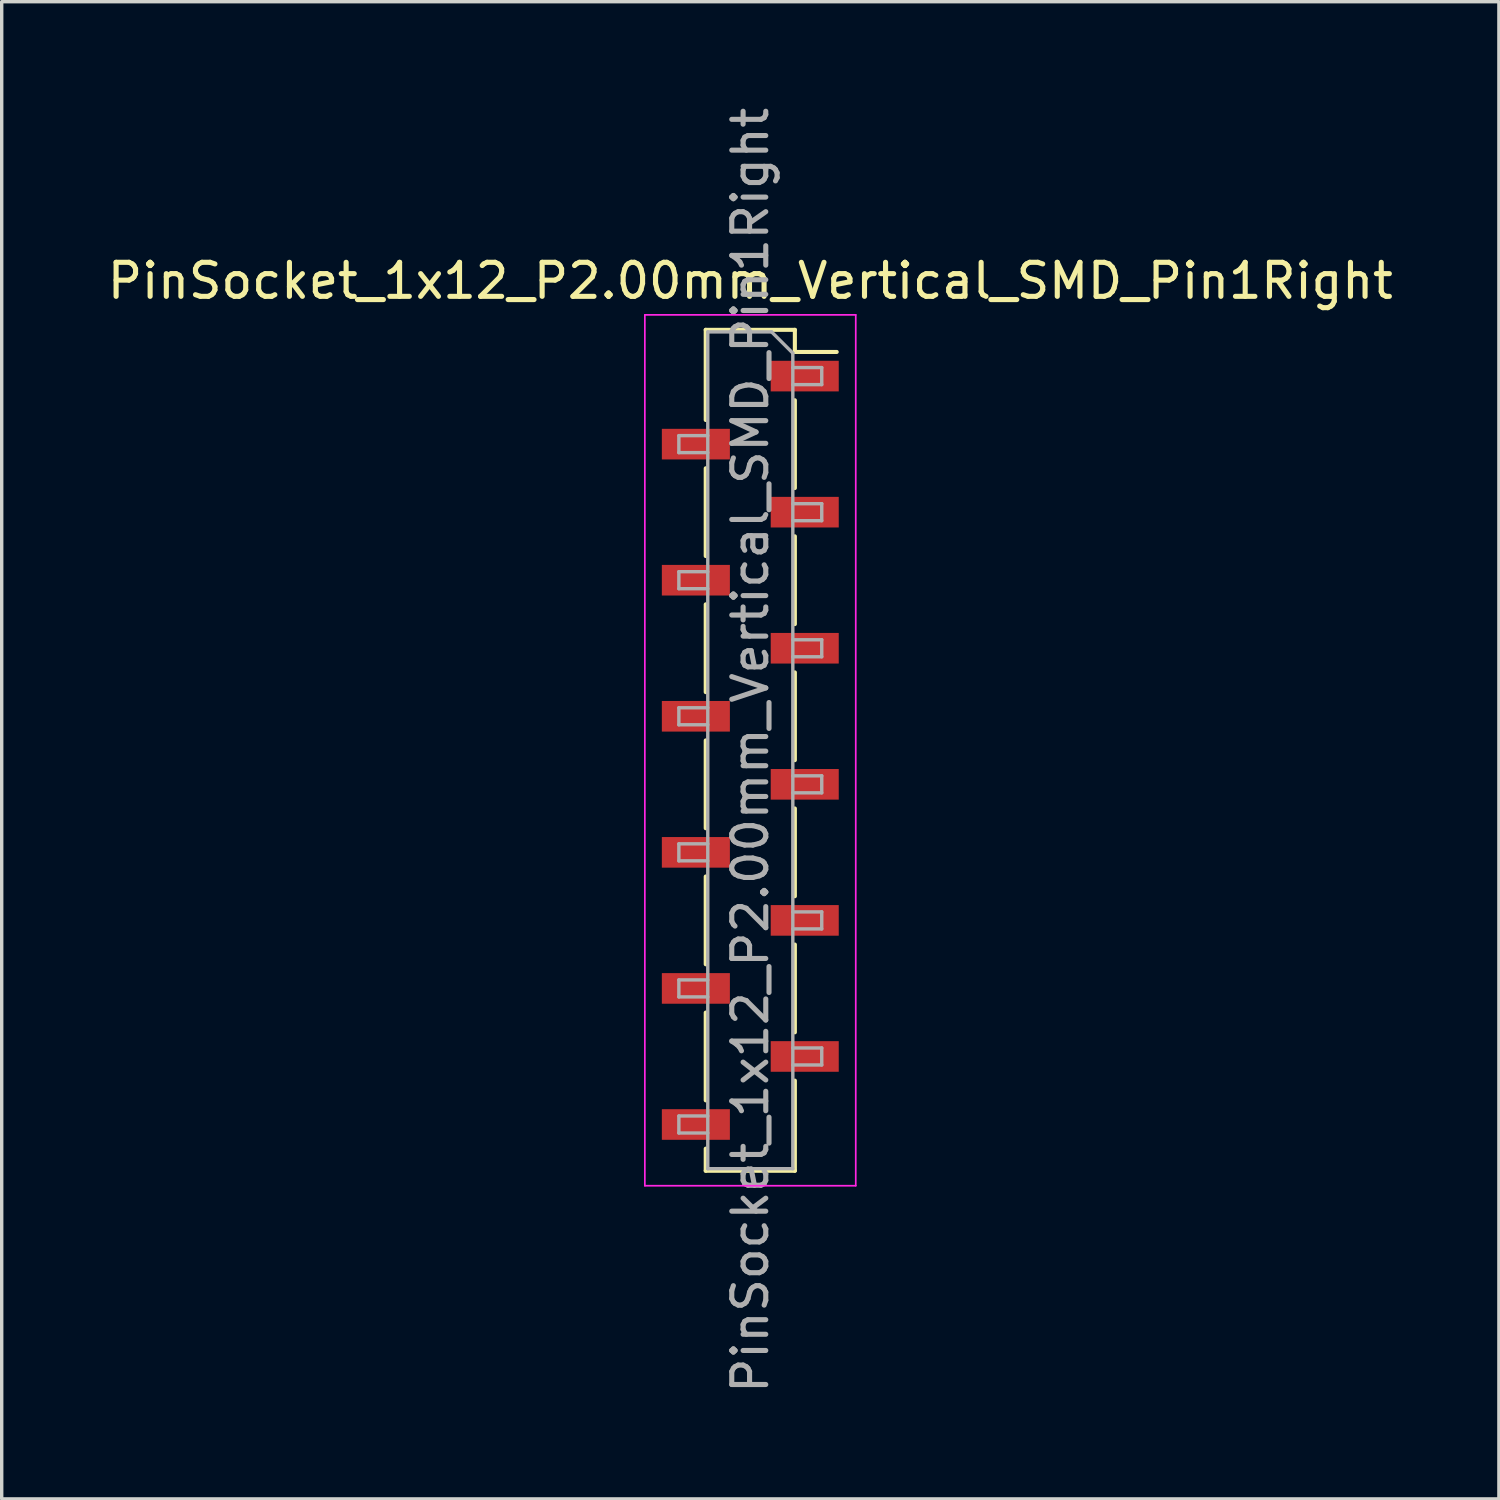
<source format=kicad_pcb>
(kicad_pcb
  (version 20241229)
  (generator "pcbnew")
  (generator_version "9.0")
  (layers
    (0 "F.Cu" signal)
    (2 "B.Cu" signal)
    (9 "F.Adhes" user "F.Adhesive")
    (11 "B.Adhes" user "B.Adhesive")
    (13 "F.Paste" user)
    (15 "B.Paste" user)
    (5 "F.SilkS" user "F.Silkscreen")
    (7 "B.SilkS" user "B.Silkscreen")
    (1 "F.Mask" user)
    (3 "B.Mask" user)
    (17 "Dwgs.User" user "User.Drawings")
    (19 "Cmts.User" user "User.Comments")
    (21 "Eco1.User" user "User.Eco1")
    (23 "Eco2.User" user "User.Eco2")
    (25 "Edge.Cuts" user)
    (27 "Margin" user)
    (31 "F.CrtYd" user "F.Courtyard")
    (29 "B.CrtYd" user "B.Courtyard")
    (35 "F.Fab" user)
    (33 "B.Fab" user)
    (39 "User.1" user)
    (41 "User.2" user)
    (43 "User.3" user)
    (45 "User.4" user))
  (footprint "PinSocket_1x12_P2.00mm_Vertical_SMD_Pin1Right"
    (layer "F.Cu")
    (at 19.006 19.006)
    (property "Reference" "PinSocket_1x12_P2.00mm_Vertical_SMD_Pin1Right" (at 0 -13.8 0) (layer "F.SilkS") (effects (font (size 1 1) (thickness 0.15))))
    (attr smd)
    (fp_line (start -1.31 -12.36) (end -1.31 -9.71) (stroke (width 0.12) (type solid)) (layer "F.SilkS"))
    (fp_line (start -1.31 -12.36) (end 1.31 -12.36) (stroke (width 0.12) (type solid)) (layer "F.SilkS"))
    (fp_line (start -1.31 -8.29) (end -1.31 -5.71) (stroke (width 0.12) (type solid)) (layer "F.SilkS"))
    (fp_line (start -1.31 -4.29) (end -1.31 -1.71) (stroke (width 0.12) (type solid)) (layer "F.SilkS"))
    (fp_line (start -1.31 -0.29) (end -1.31 2.29) (stroke (width 0.12) (type solid)) (layer "F.SilkS"))
    (fp_line (start -1.31 3.71) (end -1.31 6.29) (stroke (width 0.12) (type solid)) (layer "F.SilkS"))
    (fp_line (start -1.31 7.71) (end -1.31 10.29) (stroke (width 0.12) (type solid)) (layer "F.SilkS"))
    (fp_line (start -1.31 11.71) (end -1.31 12.36) (stroke (width 0.12) (type solid)) (layer "F.SilkS"))
    (fp_line (start -1.31 12.36) (end 1.31 12.36) (stroke (width 0.12) (type solid)) (layer "F.SilkS"))
    (fp_line (start 1.31 -12.36) (end 1.31 -11.71) (stroke (width 0.12) (type solid)) (layer "F.SilkS"))
    (fp_line (start 1.31 -11.71) (end 2.54 -11.71) (stroke (width 0.12) (type solid)) (layer "F.SilkS"))
    (fp_line (start 1.31 -10.29) (end 1.31 -7.71) (stroke (width 0.12) (type solid)) (layer "F.SilkS"))
    (fp_line (start 1.31 -6.29) (end 1.31 -3.71) (stroke (width 0.12) (type solid)) (layer "F.SilkS"))
    (fp_line (start 1.31 -2.29) (end 1.31 0.29) (stroke (width 0.12) (type solid)) (layer "F.SilkS"))
    (fp_line (start 1.31 1.71) (end 1.31 4.29) (stroke (width 0.12) (type solid)) (layer "F.SilkS"))
    (fp_line (start 1.31 5.71) (end 1.31 8.29) (stroke (width 0.12) (type solid)) (layer "F.SilkS"))
    (fp_line (start 1.31 9.71) (end 1.31 12.36) (stroke (width 0.12) (type solid)) (layer "F.SilkS"))
    (fp_line (start -3.1 -12.8) (end 3.1 -12.8) (stroke (width 0.05) (type solid)) (layer "F.CrtYd"))
    (fp_line (start -3.1 12.8) (end -3.1 -12.8) (stroke (width 0.05) (type solid)) (layer "F.CrtYd"))
    (fp_line (start 3.1 -12.8) (end 3.1 12.8) (stroke (width 0.05) (type solid)) (layer "F.CrtYd"))
    (fp_line (start 3.1 12.8) (end -3.1 12.8) (stroke (width 0.05) (type solid)) (layer "F.CrtYd"))
    (fp_line (start -2.1 -9.25) (end -1.25 -9.25) (stroke (width 0.1) (type solid)) (layer "F.Fab"))
    (fp_line (start -2.1 -8.75) (end -2.1 -9.25) (stroke (width 0.1) (type solid)) (layer "F.Fab"))
    (fp_line (start -2.1 -5.25) (end -1.25 -5.25) (stroke (width 0.1) (type solid)) (layer "F.Fab"))
    (fp_line (start -2.1 -4.75) (end -2.1 -5.25) (stroke (width 0.1) (type solid)) (layer "F.Fab"))
    (fp_line (start -2.1 -1.25) (end -1.25 -1.25) (stroke (width 0.1) (type solid)) (layer "F.Fab"))
    (fp_line (start -2.1 -0.75) (end -2.1 -1.25) (stroke (width 0.1) (type solid)) (layer "F.Fab"))
    (fp_line (start -2.1 2.75) (end -1.25 2.75) (stroke (width 0.1) (type solid)) (layer "F.Fab"))
    (fp_line (start -2.1 3.25) (end -2.1 2.75) (stroke (width 0.1) (type solid)) (layer "F.Fab"))
    (fp_line (start -2.1 6.75) (end -1.25 6.75) (stroke (width 0.1) (type solid)) (layer "F.Fab"))
    (fp_line (start -2.1 7.25) (end -2.1 6.75) (stroke (width 0.1) (type solid)) (layer "F.Fab"))
    (fp_line (start -2.1 10.75) (end -1.25 10.75) (stroke (width 0.1) (type solid)) (layer "F.Fab"))
    (fp_line (start -2.1 11.25) (end -2.1 10.75) (stroke (width 0.1) (type solid)) (layer "F.Fab"))
    (fp_line (start -1.25 -12.3) (end 0.625 -12.3) (stroke (width 0.1) (type solid)) (layer "F.Fab"))
    (fp_line (start -1.25 -8.75) (end -2.1 -8.75) (stroke (width 0.1) (type solid)) (layer "F.Fab"))
    (fp_line (start -1.25 -4.75) (end -2.1 -4.75) (stroke (width 0.1) (type solid)) (layer "F.Fab"))
    (fp_line (start -1.25 -0.75) (end -2.1 -0.75) (stroke (width 0.1) (type solid)) (layer "F.Fab"))
    (fp_line (start -1.25 3.25) (end -2.1 3.25) (stroke (width 0.1) (type solid)) (layer "F.Fab"))
    (fp_line (start -1.25 7.25) (end -2.1 7.25) (stroke (width 0.1) (type solid)) (layer "F.Fab"))
    (fp_line (start -1.25 11.25) (end -2.1 11.25) (stroke (width 0.1) (type solid)) (layer "F.Fab"))
    (fp_line (start -1.25 12.3) (end -1.25 -12.3) (stroke (width 0.1) (type solid)) (layer "F.Fab"))
    (fp_line (start 0.625 -12.3) (end 1.25 -11.675) (stroke (width 0.1) (type solid)) (layer "F.Fab"))
    (fp_line (start 1.25 -11.675) (end 1.25 12.3) (stroke (width 0.1) (type solid)) (layer "F.Fab"))
    (fp_line (start 1.25 -11.25) (end 2.1 -11.25) (stroke (width 0.1) (type solid)) (layer "F.Fab"))
    (fp_line (start 1.25 -7.25) (end 2.1 -7.25) (stroke (width 0.1) (type solid)) (layer "F.Fab"))
    (fp_line (start 1.25 -3.25) (end 2.1 -3.25) (stroke (width 0.1) (type solid)) (layer "F.Fab"))
    (fp_line (start 1.25 0.75) (end 2.1 0.75) (stroke (width 0.1) (type solid)) (layer "F.Fab"))
    (fp_line (start 1.25 4.75) (end 2.1 4.75) (stroke (width 0.1) (type solid)) (layer "F.Fab"))
    (fp_line (start 1.25 8.75) (end 2.1 8.75) (stroke (width 0.1) (type solid)) (layer "F.Fab"))
    (fp_line (start 1.25 12.3) (end -1.25 12.3) (stroke (width 0.1) (type solid)) (layer "F.Fab"))
    (fp_line (start 2.1 -11.25) (end 2.1 -10.75) (stroke (width 0.1) (type solid)) (layer "F.Fab"))
    (fp_line (start 2.1 -10.75) (end 1.25 -10.75) (stroke (width 0.1) (type solid)) (layer "F.Fab"))
    (fp_line (start 2.1 -7.25) (end 2.1 -6.75) (stroke (width 0.1) (type solid)) (layer "F.Fab"))
    (fp_line (start 2.1 -6.75) (end 1.25 -6.75) (stroke (width 0.1) (type solid)) (layer "F.Fab"))
    (fp_line (start 2.1 -3.25) (end 2.1 -2.75) (stroke (width 0.1) (type solid)) (layer "F.Fab"))
    (fp_line (start 2.1 -2.75) (end 1.25 -2.75) (stroke (width 0.1) (type solid)) (layer "F.Fab"))
    (fp_line (start 2.1 0.75) (end 2.1 1.25) (stroke (width 0.1) (type solid)) (layer "F.Fab"))
    (fp_line (start 2.1 1.25) (end 1.25 1.25) (stroke (width 0.1) (type solid)) (layer "F.Fab"))
    (fp_line (start 2.1 4.75) (end 2.1 5.25) (stroke (width 0.1) (type solid)) (layer "F.Fab"))
    (fp_line (start 2.1 5.25) (end 1.25 5.25) (stroke (width 0.1) (type solid)) (layer "F.Fab"))
    (fp_line (start 2.1 8.75) (end 2.1 9.25) (stroke (width 0.1) (type solid)) (layer "F.Fab"))
    (fp_line (start 2.1 9.25) (end 1.25 9.25) (stroke (width 0.1) (type solid)) (layer "F.Fab"))
    (fp_text user "${REFERENCE}" (at 0 0 90) (layer "F.Fab") (effects (font (size 1 1) (thickness 0.15))))
    (pad "1" smd rect (at 1.6 -11) (size 2 0.9) (layers "F.Cu" "F.Mask" "F.Paste"))
    (pad "2" smd rect (at -1.6 -9) (size 2 0.9) (layers "F.Cu" "F.Mask" "F.Paste"))
    (pad "3" smd rect (at 1.6 -7) (size 2 0.9) (layers "F.Cu" "F.Mask" "F.Paste"))
    (pad "4" smd rect (at -1.6 -5) (size 2 0.9) (layers "F.Cu" "F.Mask" "F.Paste"))
    (pad "5" smd rect (at 1.6 -3) (size 2 0.9) (layers "F.Cu" "F.Mask" "F.Paste"))
    (pad "6" smd rect (at -1.6 -1) (size 2 0.9) (layers "F.Cu" "F.Mask" "F.Paste"))
    (pad "7" smd rect (at 1.6 1) (size 2 0.9) (layers "F.Cu" "F.Mask" "F.Paste"))
    (pad "8" smd rect (at -1.6 3) (size 2 0.9) (layers "F.Cu" "F.Mask" "F.Paste"))
    (pad "9" smd rect (at 1.6 5) (size 2 0.9) (layers "F.Cu" "F.Mask" "F.Paste"))
    (pad "10" smd rect (at -1.6 7) (size 2 0.9) (layers "F.Cu" "F.Mask" "F.Paste"))
    (pad "11" smd rect (at 1.6 9) (size 2 0.9) (layers "F.Cu" "F.Mask" "F.Paste"))
    (pad "12" smd rect (at -1.6 11) (size 2 0.9) (layers "F.Cu" "F.Mask" "F.Paste")))
  (gr_rect
    (start -3 -3)
    (end 41.012 41.012)
    (stroke (width 0.1) (type default))
    (fill no)
    (layer "Edge.Cuts")))
</source>
